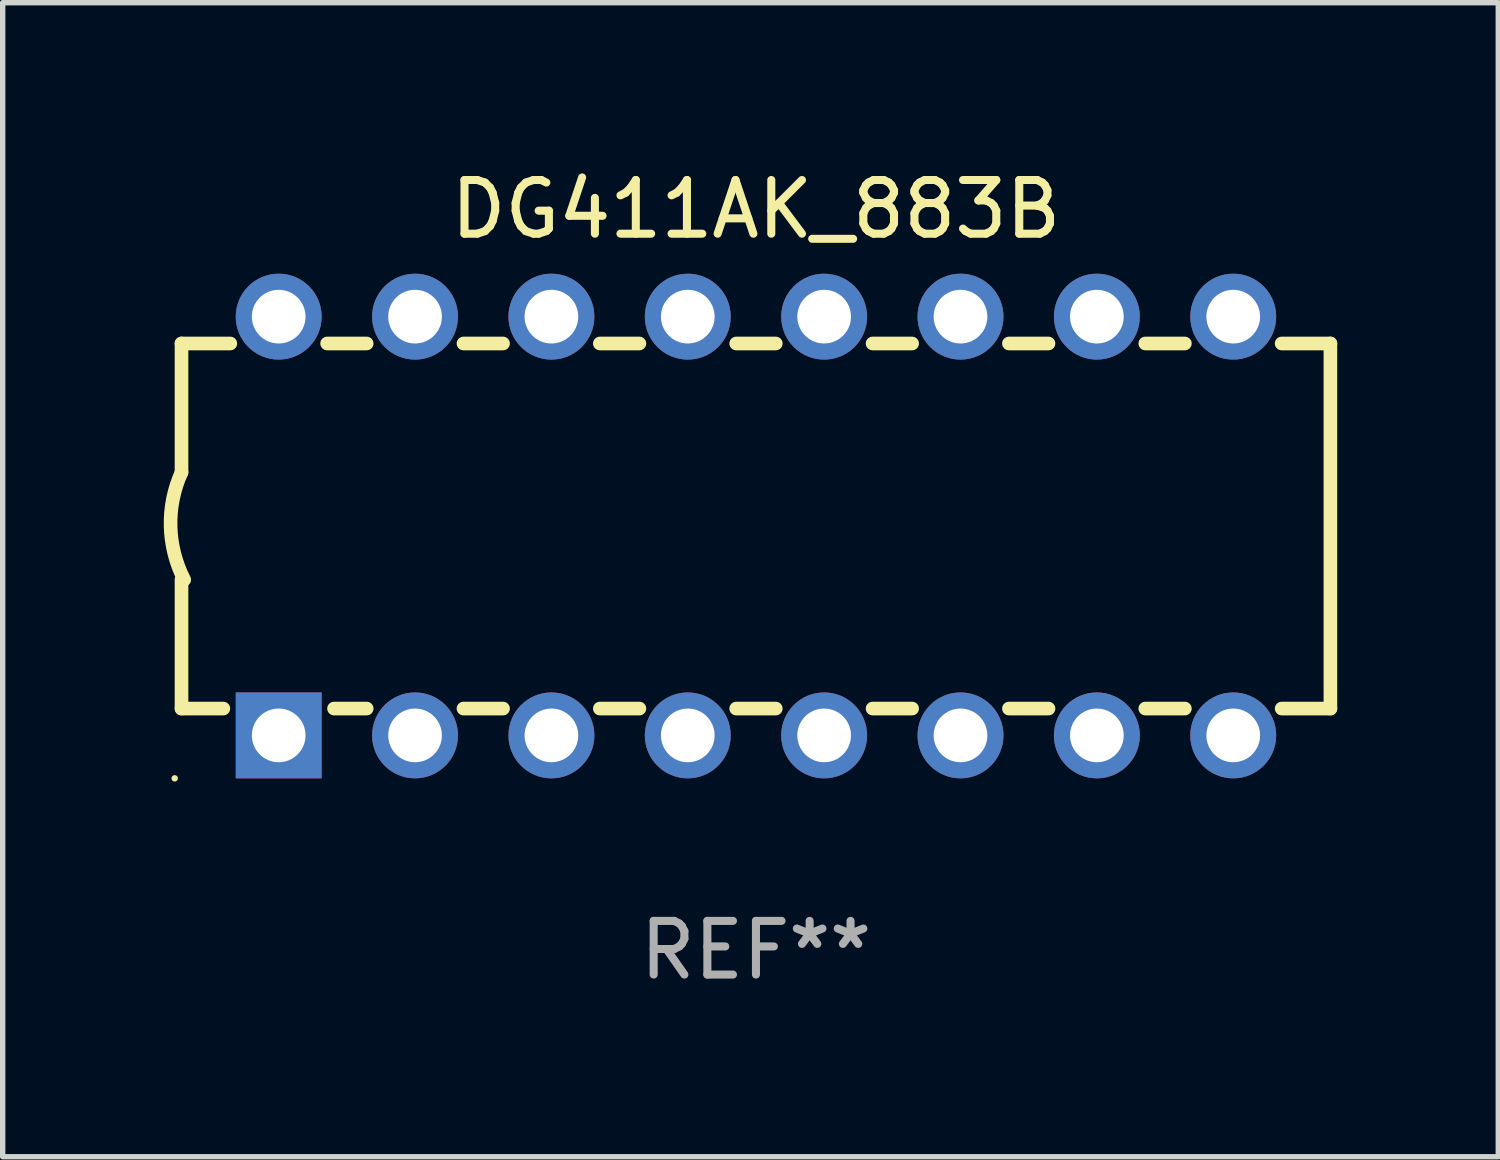
<source format=kicad_pcb>
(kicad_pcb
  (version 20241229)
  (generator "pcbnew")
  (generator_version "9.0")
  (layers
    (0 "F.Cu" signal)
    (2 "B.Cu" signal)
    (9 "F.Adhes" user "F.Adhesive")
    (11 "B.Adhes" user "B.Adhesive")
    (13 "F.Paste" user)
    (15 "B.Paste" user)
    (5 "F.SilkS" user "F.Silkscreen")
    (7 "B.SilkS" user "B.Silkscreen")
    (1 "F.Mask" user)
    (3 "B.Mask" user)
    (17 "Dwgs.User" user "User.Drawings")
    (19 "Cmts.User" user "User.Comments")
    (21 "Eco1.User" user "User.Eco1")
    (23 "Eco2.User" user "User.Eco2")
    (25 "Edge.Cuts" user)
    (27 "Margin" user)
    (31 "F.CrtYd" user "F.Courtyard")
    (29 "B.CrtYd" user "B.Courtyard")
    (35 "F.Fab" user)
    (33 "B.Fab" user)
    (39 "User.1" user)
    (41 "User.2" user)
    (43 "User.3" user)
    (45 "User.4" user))
  (footprint "DG411AK_883B"
    (layer "F.Cu")
    (at 11.031 6.748)
    (property "Reference" "DG411AK_883B" (at 0 -5.9 0) (layer "F.SilkS") (effects (font (size 1 1) (thickness 0.15))))
    (attr through_hole)
    (fp_line (start -10.7 -3.4) (end -9.791 -3.4) (stroke (width 0.254) (type solid)) (layer "F.SilkS"))
    (fp_line (start -10.7 -0.998) (end -10.7 -3.4) (stroke (width 0.254) (type solid)) (layer "F.SilkS"))
    (fp_line (start -10.7 3.4) (end -10.7 1) (stroke (width 0.254) (type solid)) (layer "F.SilkS"))
    (fp_line (start -10.7 3.4) (end -9.921 3.4) (stroke (width 0.254) (type solid)) (layer "F.SilkS"))
    (fp_line (start -7.988 -3.4) (end -7.251 -3.4) (stroke (width 0.254) (type solid)) (layer "F.SilkS"))
    (fp_line (start -7.859 3.4) (end -7.251 3.4) (stroke (width 0.254) (type solid)) (layer "F.SilkS"))
    (fp_line (start -5.448 -3.4) (end -4.711 -3.4) (stroke (width 0.254) (type solid)) (layer "F.SilkS"))
    (fp_line (start -5.448 3.4) (end -4.711 3.4) (stroke (width 0.254) (type solid)) (layer "F.SilkS"))
    (fp_line (start -2.908 -3.4) (end -2.171 -3.4) (stroke (width 0.254) (type solid)) (layer "F.SilkS"))
    (fp_line (start -2.908 3.4) (end -2.171 3.4) (stroke (width 0.254) (type solid)) (layer "F.SilkS"))
    (fp_line (start -0.368 -3.4) (end 0.369 -3.4) (stroke (width 0.254) (type solid)) (layer "F.SilkS"))
    (fp_line (start -0.368 3.4) (end 0.369 3.4) (stroke (width 0.254) (type solid)) (layer "F.SilkS"))
    (fp_line (start 2.172 -3.4) (end 2.909 -3.4) (stroke (width 0.254) (type solid)) (layer "F.SilkS"))
    (fp_line (start 2.172 3.4) (end 2.909 3.4) (stroke (width 0.254) (type solid)) (layer "F.SilkS"))
    (fp_line (start 4.712 -3.4) (end 5.449 -3.4) (stroke (width 0.254) (type solid)) (layer "F.SilkS"))
    (fp_line (start 4.712 3.4) (end 5.449 3.4) (stroke (width 0.254) (type solid)) (layer "F.SilkS"))
    (fp_line (start 7.252 -3.4) (end 7.989 -3.4) (stroke (width 0.254) (type solid)) (layer "F.SilkS"))
    (fp_line (start 7.252 3.4) (end 7.989 3.4) (stroke (width 0.254) (type solid)) (layer "F.SilkS"))
    (fp_line (start 9.792 -3.4) (end 10.7 -3.4) (stroke (width 0.254) (type solid)) (layer "F.SilkS"))
    (fp_line (start 9.792 3.4) (end 10.7 3.4) (stroke (width 0.254) (type solid)) (layer "F.SilkS"))
    (fp_line (start 10.7 3.4) (end 10.7 -3.4) (stroke (width 0.254) (type solid)) (layer "F.SilkS"))
    (fp_arc (start -10.649962 0.99995) (mid -10.90314 0.005668) (end -10.699975 -1.000025) (stroke (width 0.254001) (type solid)) (layer "F.SilkS"))
    (fp_circle (center -10.827 4.7) (end -10.797 4.7) (stroke (width 0.06) (type solid)) (fill no) (layer "F.SilkS"))
    (fp_text user "REF**" (at 0 7.9 0) (layer "F.Fab") (effects (font (size 1 1) (thickness 0.15))))
    (pad "1" thru_hole rect (at -8.89 3.9 90) (size 1.6 1.6) (drill 1) (layers "*.Cu" "*.Mask"))
    (pad "2" thru_hole circle (at -6.35 3.9) (size 1.6 1.6) (drill 1) (layers "*.Cu" "*.Mask"))
    (pad "3" thru_hole circle (at -3.81 3.9) (size 1.6 1.6) (drill 1) (layers "*.Cu" "*.Mask"))
    (pad "4" thru_hole circle (at -1.27 3.9) (size 1.6 1.6) (drill 1) (layers "*.Cu" "*.Mask"))
    (pad "5" thru_hole circle (at 1.27 3.9) (size 1.6 1.6) (drill 1) (layers "*.Cu" "*.Mask"))
    (pad "6" thru_hole circle (at 3.81 3.9) (size 1.6 1.6) (drill 1) (layers "*.Cu" "*.Mask"))
    (pad "7" thru_hole circle (at 6.35 3.9) (size 1.6 1.6) (drill 1) (layers "*.Cu" "*.Mask"))
    (pad "8" thru_hole circle (at 8.89 3.9) (size 1.6 1.6) (drill 1) (layers "*.Cu" "*.Mask"))
    (pad "9" thru_hole circle (at 8.89 -3.9) (size 1.6 1.6) (drill 1) (layers "*.Cu" "*.Mask"))
    (pad "10" thru_hole circle (at 6.35 -3.9) (size 1.6 1.6) (drill 1) (layers "*.Cu" "*.Mask"))
    (pad "11" thru_hole circle (at 3.81 -3.9) (size 1.6 1.6) (drill 1) (layers "*.Cu" "*.Mask"))
    (pad "12" thru_hole circle (at 1.27 -3.9) (size 1.6 1.6) (drill 1) (layers "*.Cu" "*.Mask"))
    (pad "13" thru_hole circle (at -1.27 -3.9) (size 1.6 1.6) (drill 1) (layers "*.Cu" "*.Mask"))
    (pad "14" thru_hole circle (at -3.81 -3.9) (size 1.6 1.6) (drill 1) (layers "*.Cu" "*.Mask"))
    (pad "15" thru_hole circle (at -6.35 -3.9) (size 1.6 1.6) (drill 1) (layers "*.Cu" "*.Mask"))
    (pad "16" thru_hole circle (at -8.89 -3.9) (size 1.6 1.6) (drill 1) (layers "*.Cu" "*.Mask")))
  (gr_rect
    (start -3 -3)
    (end 24.858 18.496)
    (stroke (width 0.1) (type default))
    (fill no)
    (layer "Edge.Cuts")))
</source>
